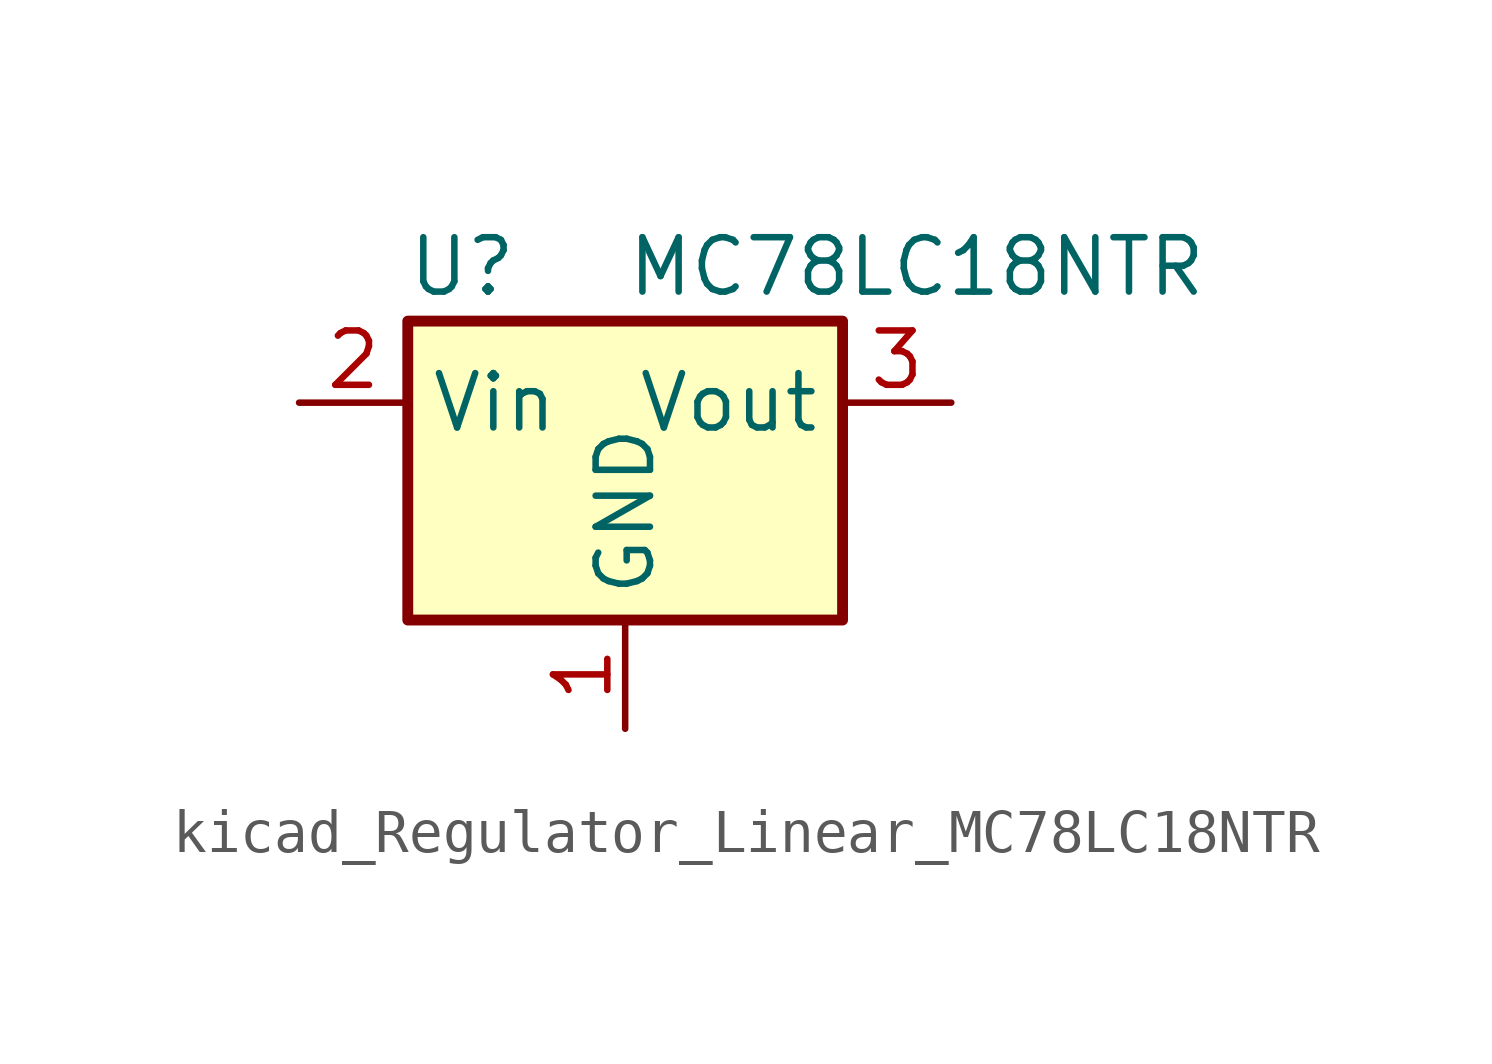
<source format=kicad_sym>
(kicad_symbol_lib
  (version 20220914)
  (generator kicad_symbol_editor)
  (symbol "kicad_Regulator_Linear_MC78LC18NTR"
    (property "Reference" "U"
      (at -3.81 3.175 0)
      (effects (font (size 1.27 1.27))))
    (property "Value" "MC78LC18NTR"
      (at 0 3.175 0)
      (effects (font (size 1.27 1.27)) (justify left)))
    (symbol "kicad_Regulator_Linear_MC78LC18NTR_0_1"
      (rectangle (start -5.08 1.905) (end 5.08 -5.08) (stroke (width 0.254) (type default)) (fill (type background))))
    (symbol "kicad_Regulator_Linear_MC78LC18NTR_1_1"
      (pin power_in line (at 0 -7.62 90) (length 2.54) (name "GND" (effects (font (size 1.27 1.27)))) (number "1" (effects (font (size 1.27 1.27)))))
      (pin power_in line (at -7.62 0 0) (length 2.54) (name "Vin" (effects (font (size 1.27 1.27)))) (number "2" (effects (font (size 1.27 1.27)))))
      (pin power_out line (at 7.62 0 180) (length 2.54) (name "Vout" (effects (font (size 1.27 1.27)))) (number "3" (effects (font (size 1.27 1.27)))))
      (pin no_connect line (at 5.08 -2.54 180) (length 2.54) hide (name "NC" (effects (font (size 1.27 1.27)))) (number "4" (effects (font (size 1.27 1.27)))))
      (pin no_connect line (at -5.08 -2.54 0) (length 2.54) hide (name "NC" (effects (font (size 1.27 1.27)))) (number "5" (effects (font (size 1.27 1.27))))))))
</source>
